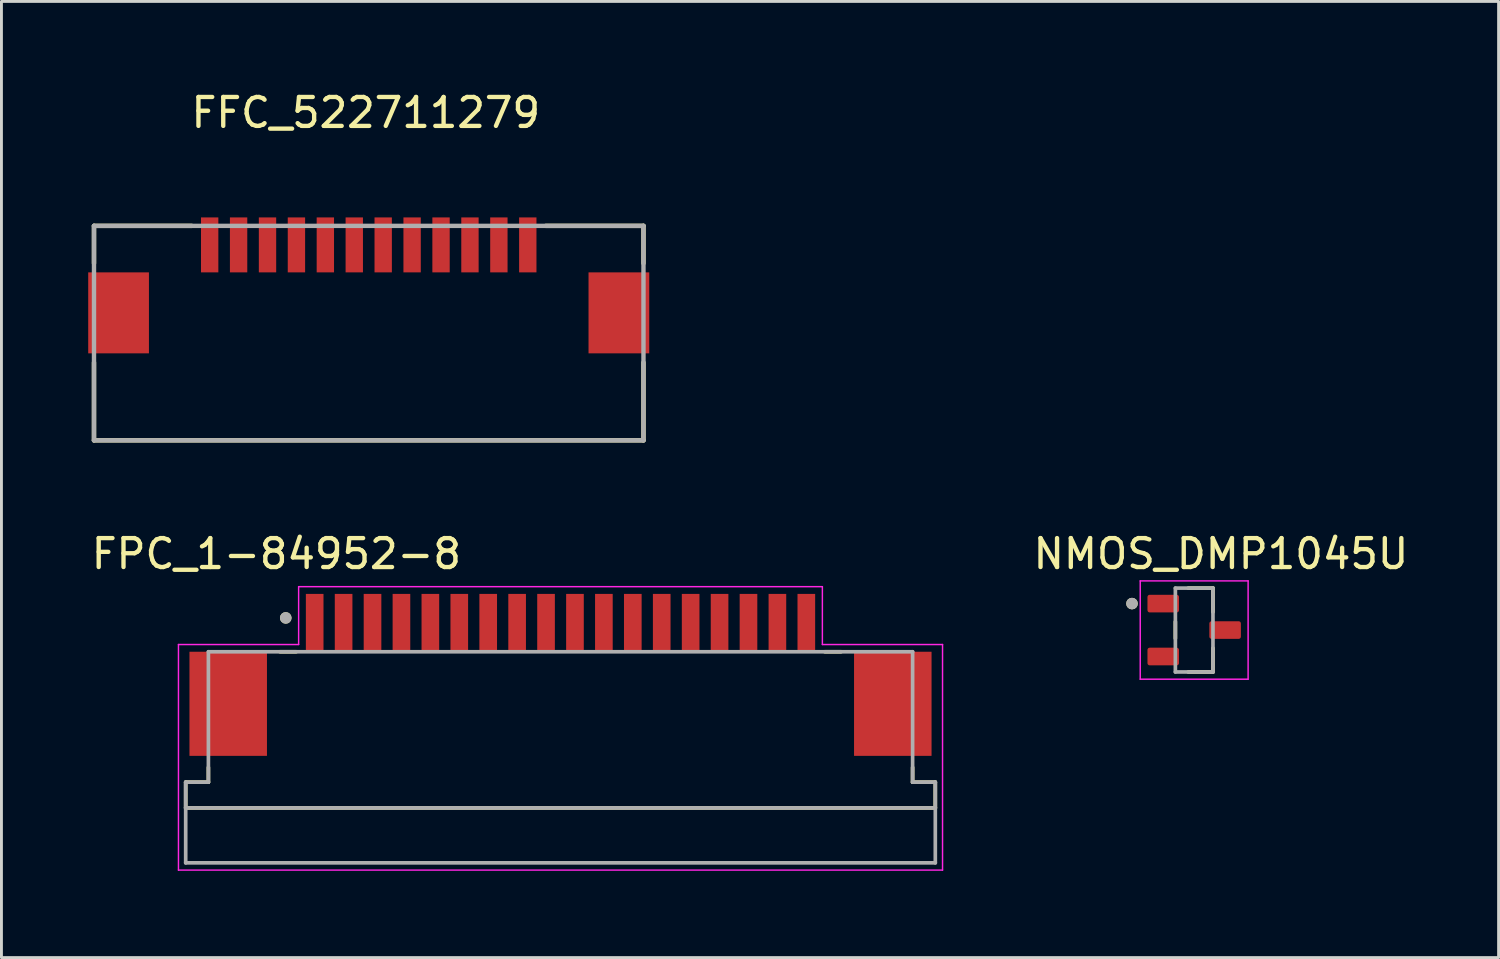
<source format=kicad_pcb>
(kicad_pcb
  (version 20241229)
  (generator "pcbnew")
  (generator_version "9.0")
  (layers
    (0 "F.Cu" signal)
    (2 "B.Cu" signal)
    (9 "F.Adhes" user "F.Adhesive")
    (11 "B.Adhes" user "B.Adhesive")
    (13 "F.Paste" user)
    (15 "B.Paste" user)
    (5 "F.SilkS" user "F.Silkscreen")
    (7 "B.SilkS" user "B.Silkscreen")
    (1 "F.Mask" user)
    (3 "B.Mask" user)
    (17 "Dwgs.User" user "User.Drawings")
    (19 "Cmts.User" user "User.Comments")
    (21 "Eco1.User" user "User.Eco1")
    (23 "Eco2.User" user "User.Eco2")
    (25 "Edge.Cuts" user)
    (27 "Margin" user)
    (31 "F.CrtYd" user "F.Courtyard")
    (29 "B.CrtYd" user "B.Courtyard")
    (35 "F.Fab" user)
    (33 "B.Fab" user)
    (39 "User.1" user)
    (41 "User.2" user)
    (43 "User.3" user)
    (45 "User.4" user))
  (footprint "NMOS_DMP1045U"
    (layer "F.Cu")
    (at 38.242 18.736)
    (property "Reference" "NMOS_DMP1045U" (at 0.925 -2.635 0) (layer "F.SilkS") (effects (font (size 1 1) (thickness 0.15))))
    (attr smd)
    (fp_line (start -0.65 0.29) (end -0.65 -0.29) (stroke (width 0.127) (type solid)) (layer "F.SilkS"))
    (fp_line (start -0.205 -1.45) (end 0.65 -1.45) (stroke (width 0.127) (type solid)) (layer "F.SilkS"))
    (fp_line (start 0.65 -1.45) (end 0.65 -0.625) (stroke (width 0.127) (type solid)) (layer "F.SilkS"))
    (fp_line (start 0.65 0.625) (end 0.65 1.45) (stroke (width 0.127) (type solid)) (layer "F.SilkS"))
    (fp_line (start 0.65 1.45) (end -0.205 1.45) (stroke (width 0.127) (type solid)) (layer "F.SilkS"))
    (fp_circle (center -2.15 -0.915) (end -2.05 -0.915) (stroke (width 0.2) (type solid)) (fill no) (layer "F.SilkS"))
    (fp_line (start -1.865 -1.7) (end 1.865 -1.7) (stroke (width 0.05) (type solid)) (layer "F.CrtYd"))
    (fp_line (start -1.865 1.7) (end -1.865 -1.7) (stroke (width 0.05) (type solid)) (layer "F.CrtYd"))
    (fp_line (start 1.865 -1.7) (end 1.865 1.7) (stroke (width 0.05) (type solid)) (layer "F.CrtYd"))
    (fp_line (start 1.865 1.7) (end -1.865 1.7) (stroke (width 0.05) (type solid)) (layer "F.CrtYd"))
    (fp_line (start -0.65 -1.45) (end 0.65 -1.45) (stroke (width 0.127) (type solid)) (layer "F.Fab"))
    (fp_line (start -0.65 1.45) (end -0.65 -1.45) (stroke (width 0.127) (type solid)) (layer "F.Fab"))
    (fp_line (start 0.65 -1.45) (end 0.65 1.45) (stroke (width 0.127) (type solid)) (layer "F.Fab"))
    (fp_line (start 0.65 1.45) (end -0.65 1.45) (stroke (width 0.127) (type solid)) (layer "F.Fab"))
    (fp_circle (center -2.15 -0.915) (end -2.05 -0.915) (stroke (width 0.2) (type solid)) (fill no) (layer "F.Fab"))
    (pad "1" smd roundrect (at -1.07 -0.915) (size 1.09 0.61) (layers "F.Cu" "F.Mask" "F.Paste") (roundrect_rratio 0.125))
    (pad "2" smd roundrect (at -1.07 0.915) (size 1.09 0.61) (layers "F.Cu" "F.Mask" "F.Paste") (roundrect_rratio 0.125))
    (pad "3" smd roundrect (at 1.07 0) (size 1.09 0.61) (layers "F.Cu" "F.Mask" "F.Paste") (roundrect_rratio 0.125)))
  (footprint "FPC_1-84952-8"
    (layer "F.Cu")
    (at 16.331 18.486)
    (property "Reference" "FPC_1-84952-8" (at -9.825 -2.385 0) (layer "F.SilkS") (effects (font (size 1 1) (thickness 0.15))))
    (attr smd)
    (fp_line (start -12.96 6.4) (end -12.96 5.51) (stroke (width 0.127) (type solid)) (layer "F.SilkS"))
    (fp_line (start -12.175 5) (end -12.175 5.51) (stroke (width 0.127) (type solid)) (layer "F.SilkS"))
    (fp_line (start -12.175 5.51) (end -12.96 5.51) (stroke (width 0.127) (type solid)) (layer "F.SilkS"))
    (fp_line (start -9.7 1) (end -9.14 1) (stroke (width 0.127) (type solid)) (layer "F.SilkS"))
    (fp_line (start 9.14 1) (end 9.7 1) (stroke (width 0.127) (type solid)) (layer "F.SilkS"))
    (fp_line (start 12.175 5) (end 12.175 5.51) (stroke (width 0.127) (type solid)) (layer "F.SilkS"))
    (fp_line (start 12.96 5.51) (end 12.175 5.51) (stroke (width 0.127) (type solid)) (layer "F.SilkS"))
    (fp_line (start 12.96 5.51) (end 12.96 6.4) (stroke (width 0.127) (type solid)) (layer "F.SilkS"))
    (fp_line (start 12.96 6.4) (end -12.96 6.4) (stroke (width 0.127) (type solid)) (layer "F.SilkS"))
    (fp_circle (center -9.5 -0.17) (end -9.4 -0.17) (stroke (width 0.2) (type solid)) (fill no) (layer "F.SilkS"))
    (fp_line (start -13.21 0.75) (end -9.055 0.75) (stroke (width 0.05) (type solid)) (layer "F.CrtYd"))
    (fp_line (start -13.21 8.55) (end -13.21 0.75) (stroke (width 0.05) (type solid)) (layer "F.CrtYd"))
    (fp_line (start -9.055 -1.25) (end 9.055 -1.25) (stroke (width 0.05) (type solid)) (layer "F.CrtYd"))
    (fp_line (start -9.055 0.75) (end -9.055 -1.25) (stroke (width 0.05) (type solid)) (layer "F.CrtYd"))
    (fp_line (start 9.055 -1.25) (end 9.055 0.75) (stroke (width 0.05) (type solid)) (layer "F.CrtYd"))
    (fp_line (start 9.055 0.75) (end 13.21 0.75) (stroke (width 0.05) (type solid)) (layer "F.CrtYd"))
    (fp_line (start 13.21 0.75) (end 13.21 8.55) (stroke (width 0.05) (type solid)) (layer "F.CrtYd"))
    (fp_line (start 13.21 8.55) (end -13.21 8.55) (stroke (width 0.05) (type solid)) (layer "F.CrtYd"))
    (fp_line (start -12.96 5.51) (end -12.96 6.4) (stroke (width 0.127) (type solid)) (layer "F.Fab"))
    (fp_line (start -12.96 8.3) (end -12.96 6.4) (stroke (width 0.127) (type solid)) (layer "F.Fab"))
    (fp_line (start -12.175 1) (end -12.175 5.51) (stroke (width 0.127) (type solid)) (layer "F.Fab"))
    (fp_line (start -12.175 1) (end 12.175 1) (stroke (width 0.127) (type solid)) (layer "F.Fab"))
    (fp_line (start -12.175 5.51) (end -12.96 5.51) (stroke (width 0.127) (type solid)) (layer "F.Fab"))
    (fp_line (start 12.175 1) (end 12.175 5.51) (stroke (width 0.127) (type solid)) (layer "F.Fab"))
    (fp_line (start 12.96 5.51) (end 12.175 5.51) (stroke (width 0.127) (type solid)) (layer "F.Fab"))
    (fp_line (start 12.96 5.51) (end 12.96 6.4) (stroke (width 0.127) (type solid)) (layer "F.Fab"))
    (fp_line (start 12.96 6.4) (end -12.96 6.4) (stroke (width 0.127) (type solid)) (layer "F.Fab"))
    (fp_line (start 12.96 6.4) (end 12.96 8.3) (stroke (width 0.127) (type solid)) (layer "F.Fab"))
    (fp_line (start 12.96 8.3) (end -12.96 8.3) (stroke (width 0.127) (type solid)) (layer "F.Fab"))
    (fp_circle (center -9.5 -0.17) (end -9.4 -0.17) (stroke (width 0.2) (type solid)) (fill no) (layer "F.Fab"))
    (pad "1" smd rect (at -8.5 0) (size 0.61 2) (layers "F.Cu" "F.Mask" "F.Paste"))
    (pad "2" smd rect (at -7.5 0) (size 0.61 2) (layers "F.Cu" "F.Mask" "F.Paste"))
    (pad "3" smd rect (at -6.5 0) (size 0.61 2) (layers "F.Cu" "F.Mask" "F.Paste"))
    (pad "4" smd rect (at -5.5 0) (size 0.61 2) (layers "F.Cu" "F.Mask" "F.Paste"))
    (pad "5" smd rect (at -4.5 0) (size 0.61 2) (layers "F.Cu" "F.Mask" "F.Paste"))
    (pad "6" smd rect (at -3.5 0) (size 0.61 2) (layers "F.Cu" "F.Mask" "F.Paste"))
    (pad "7" smd rect (at -2.5 0) (size 0.61 2) (layers "F.Cu" "F.Mask" "F.Paste"))
    (pad "8" smd rect (at -1.5 0) (size 0.61 2) (layers "F.Cu" "F.Mask" "F.Paste"))
    (pad "9" smd rect (at -0.5 0) (size 0.61 2) (layers "F.Cu" "F.Mask" "F.Paste"))
    (pad "10" smd rect (at 0.5 0) (size 0.61 2) (layers "F.Cu" "F.Mask" "F.Paste"))
    (pad "11" smd rect (at 1.5 0) (size 0.61 2) (layers "F.Cu" "F.Mask" "F.Paste"))
    (pad "12" smd rect (at 2.5 0) (size 0.61 2) (layers "F.Cu" "F.Mask" "F.Paste"))
    (pad "13" smd rect (at 3.5 0) (size 0.61 2) (layers "F.Cu" "F.Mask" "F.Paste"))
    (pad "14" smd rect (at 4.5 0) (size 0.61 2) (layers "F.Cu" "F.Mask" "F.Paste"))
    (pad "15" smd rect (at 5.5 0) (size 0.61 2) (layers "F.Cu" "F.Mask" "F.Paste"))
    (pad "16" smd rect (at 6.5 0) (size 0.61 2) (layers "F.Cu" "F.Mask" "F.Paste"))
    (pad "17" smd rect (at 7.5 0) (size 0.61 2) (layers "F.Cu" "F.Mask" "F.Paste"))
    (pad "18" smd rect (at 8.5 0) (size 0.61 2) (layers "F.Cu" "F.Mask" "F.Paste"))
    (pad "S1" smd rect (at -11.49 2.8) (size 2.68 3.6) (layers "F.Cu" "F.Mask" "F.Paste"))
    (pad "S2" smd rect (at 11.49 2.8) (size 2.68 3.6) (layers "F.Cu" "F.Mask" "F.Paste")))
  (footprint "FFC_522711279"
    (layer "F.Cu")
    (at 9.7 8.468)
    (property "Reference" "FFC_522711279" (at -0.102 -7.62 0) (layer "F.SilkS") (effects (font (size 1 1) (thickness 0.15))))
    (attr smd)
    (fp_line (start -9.5 -3.708) (end -9.5 -2.413) (stroke (width 0.152) (type solid)) (layer "F.SilkS"))
    (fp_line (start -9.5 1.016) (end -9.5 3.708) (stroke (width 0.152) (type solid)) (layer "F.SilkS"))
    (fp_line (start -9.5 3.708) (end 9.5 3.708) (stroke (width 0.152) (type solid)) (layer "F.SilkS"))
    (fp_line (start -6.121 -3.708) (end -9.5 -3.708) (stroke (width 0.152) (type solid)) (layer "F.SilkS"))
    (fp_line (start 9.5 -3.708) (end 6.121 -3.708) (stroke (width 0.152) (type solid)) (layer "F.SilkS"))
    (fp_line (start 9.5 -2.413) (end 9.5 -3.708) (stroke (width 0.152) (type solid)) (layer "F.SilkS"))
    (fp_line (start 9.5 3.708) (end 9.5 1.016) (stroke (width 0.152) (type solid)) (layer "F.SilkS"))
    (fp_line (start -9.5 -3.708) (end -9.5 3.708) (stroke (width 0.152) (type solid)) (layer "F.Fab"))
    (fp_line (start -9.5 3.708) (end 9.5 3.708) (stroke (width 0.152) (type solid)) (layer "F.Fab"))
    (fp_line (start 9.5 -3.708) (end -9.5 -3.708) (stroke (width 0.152) (type solid)) (layer "F.Fab"))
    (fp_line (start 9.5 3.708) (end 9.5 -3.708) (stroke (width 0.152) (type solid)) (layer "F.Fab"))
    (pad "1" smd rect (at -5.5 -3.05) (size 0.6 1.9) (layers "F.Cu" "F.Mask" "F.Paste"))
    (pad "2" smd rect (at -4.5 -3.05) (size 0.6 1.9) (layers "F.Cu" "F.Mask" "F.Paste"))
    (pad "3" smd rect (at -3.5 -3.05) (size 0.6 1.9) (layers "F.Cu" "F.Mask" "F.Paste"))
    (pad "4" smd rect (at -2.5 -3.05) (size 0.6 1.9) (layers "F.Cu" "F.Mask" "F.Paste"))
    (pad "5" smd rect (at -1.5 -3.05) (size 0.6 1.9) (layers "F.Cu" "F.Mask" "F.Paste"))
    (pad "6" smd rect (at -0.5 -3.05) (size 0.6 1.9) (layers "F.Cu" "F.Mask" "F.Paste"))
    (pad "7" smd rect (at 0.5 -3.05) (size 0.6 1.9) (layers "F.Cu" "F.Mask" "F.Paste"))
    (pad "8" smd rect (at 1.5 -3.05) (size 0.6 1.9) (layers "F.Cu" "F.Mask" "F.Paste"))
    (pad "9" smd rect (at 2.5 -3.05) (size 0.6 1.9) (layers "F.Cu" "F.Mask" "F.Paste"))
    (pad "10" smd rect (at 3.5 -3.05) (size 0.6 1.9) (layers "F.Cu" "F.Mask" "F.Paste"))
    (pad "11" smd rect (at 4.5 -3.05) (size 0.6 1.9) (layers "F.Cu" "F.Mask" "F.Paste"))
    (pad "12" smd rect (at 5.5 -3.05) (size 0.6 1.9) (layers "F.Cu" "F.Mask" "F.Paste"))
    (pad "P1" smd rect (at -8.65 -0.7) (size 2.1 2.8) (layers "F.Cu" "F.Mask" "F.Paste"))
    (pad "P2" smd rect (at 8.65 -0.7) (size 2.1 2.8) (layers "F.Cu" "F.Mask" "F.Paste")))
  (gr_rect
    (start -3 -3)
    (end 48.768 30.061)
    (stroke (width 0.1) (type default))
    (fill no)
    (layer "Edge.Cuts")))
</source>
